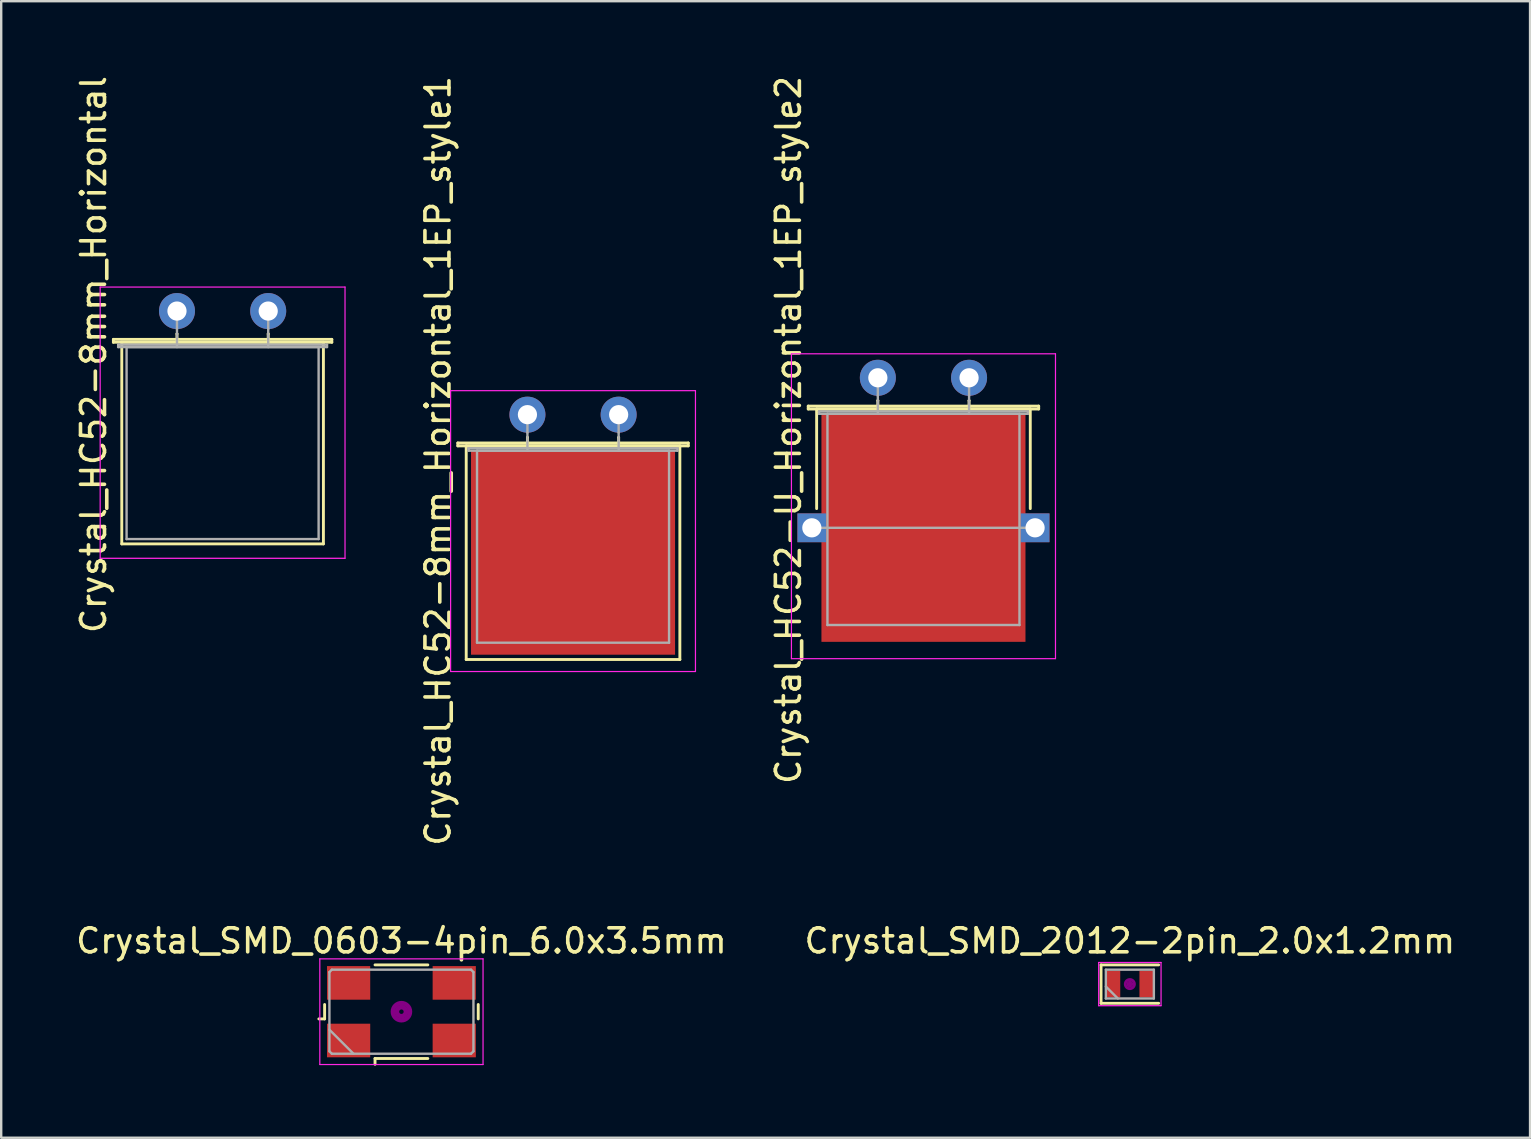
<source format=kicad_pcb>
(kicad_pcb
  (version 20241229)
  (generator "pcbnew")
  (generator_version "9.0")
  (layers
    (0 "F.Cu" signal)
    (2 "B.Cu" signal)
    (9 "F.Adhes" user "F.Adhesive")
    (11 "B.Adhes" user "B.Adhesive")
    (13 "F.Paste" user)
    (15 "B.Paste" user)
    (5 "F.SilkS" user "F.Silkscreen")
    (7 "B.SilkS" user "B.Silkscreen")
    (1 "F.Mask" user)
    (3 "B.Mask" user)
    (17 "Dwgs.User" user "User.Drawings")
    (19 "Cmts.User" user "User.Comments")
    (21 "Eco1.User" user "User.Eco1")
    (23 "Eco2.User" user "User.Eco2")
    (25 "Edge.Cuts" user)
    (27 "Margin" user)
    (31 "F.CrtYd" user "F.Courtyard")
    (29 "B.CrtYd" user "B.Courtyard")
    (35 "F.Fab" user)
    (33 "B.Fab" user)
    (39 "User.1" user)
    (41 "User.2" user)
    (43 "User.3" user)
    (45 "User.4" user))
  (footprint "Crystal_SMD_0603-4pin_6.0x3.5mm"
    (layer "F.Cu")
    (at 13.673 39.096)
    (property "Reference" "Crystal_SMD_0603-4pin_6.0x3.5mm" (at 0 -2.95 0) (layer "F.SilkS") (effects (font (size 1 1) (thickness 0.15))))
    (attr smd)
    (fp_line (start -3.44 0.3) (end -3.2 0.3) (stroke (width 0.12) (type solid)) (layer "F.SilkS"))
    (fp_line (start -3.2 0.3) (end -3.2 -0.3) (stroke (width 0.12) (type solid)) (layer "F.SilkS"))
    (fp_line (start -1.1 -1.95) (end 1.1 -1.95) (stroke (width 0.12) (type solid)) (layer "F.SilkS"))
    (fp_line (start -1.1 1.95) (end -1.1 2.19) (stroke (width 0.12) (type solid)) (layer "F.SilkS"))
    (fp_line (start 1.1 1.95) (end -1.1 1.95) (stroke (width 0.12) (type solid)) (layer "F.SilkS"))
    (fp_line (start 3.2 -0.3) (end 3.2 0.3) (stroke (width 0.12) (type solid)) (layer "F.SilkS"))
    (fp_circle (center 0 0) (end 0.093 0) (stroke (width 0.187) (type solid)) (fill no) (layer "F.Adhes"))
    (fp_circle (center 0 0) (end 0.213 0) (stroke (width 0.133) (type solid)) (fill no) (layer "F.Adhes"))
    (fp_circle (center 0 0) (end 0.333 0) (stroke (width 0.133) (type solid)) (fill no) (layer "F.Adhes"))
    (fp_circle (center 0 0) (end 0.4 0) (stroke (width 0.1) (type solid)) (fill no) (layer "F.Adhes"))
    (fp_line (start -3.4 -2.2) (end -3.4 2.2) (stroke (width 0.05) (type solid)) (layer "F.CrtYd"))
    (fp_line (start -3.4 2.2) (end 3.4 2.2) (stroke (width 0.05) (type solid)) (layer "F.CrtYd"))
    (fp_line (start 3.4 -2.2) (end -3.4 -2.2) (stroke (width 0.05) (type solid)) (layer "F.CrtYd"))
    (fp_line (start 3.4 2.2) (end 3.4 -2.2) (stroke (width 0.05) (type solid)) (layer "F.CrtYd"))
    (fp_line (start -3 -1.65) (end -2.9 -1.75) (stroke (width 0.1) (type solid)) (layer "F.Fab"))
    (fp_line (start -3 0.75) (end -2 1.75) (stroke (width 0.1) (type solid)) (layer "F.Fab"))
    (fp_line (start -3 1.65) (end -3 -1.65) (stroke (width 0.1) (type solid)) (layer "F.Fab"))
    (fp_line (start -2.9 -1.75) (end 2.9 -1.75) (stroke (width 0.1) (type solid)) (layer "F.Fab"))
    (fp_line (start -2.9 1.75) (end -3 1.65) (stroke (width 0.1) (type solid)) (layer "F.Fab"))
    (fp_line (start 2.9 -1.75) (end 3 -1.65) (stroke (width 0.1) (type solid)) (layer "F.Fab"))
    (fp_line (start 2.9 1.75) (end -2.9 1.75) (stroke (width 0.1) (type solid)) (layer "F.Fab"))
    (fp_line (start 3 -1.65) (end 3 1.65) (stroke (width 0.1) (type solid)) (layer "F.Fab"))
    (fp_line (start 3 1.65) (end 2.9 1.75) (stroke (width 0.1) (type solid)) (layer "F.Fab"))
    (pad "1" smd rect (at -2.2 1.2) (size 1.8 1.4) (layers "F.Cu" "F.Mask"))
    (pad "2" smd rect (at 2.2 1.2) (size 1.8 1.4) (layers "F.Cu" "F.Mask"))
    (pad "3" smd rect (at 2.2 -1.2) (size 1.8 1.4) (layers "F.Cu" "F.Mask"))
    (pad "4" smd rect (at -2.2 -1.2) (size 1.8 1.4) (layers "F.Cu" "F.Mask")))
  (footprint "Crystal_HC52-U_Horizontal_1EP_style2"
    (layer "F.Cu")
    (at 33.52 12.688)
    (property "Reference" "Crystal_HC52-U_Horizontal_1EP_style2" (at -3.725 2.175 90) (layer "F.SilkS") (effects (font (size 1 1) (thickness 0.15))))
    (attr through_hole)
    (fp_line (start -2.9 1.18) (end 6.7 1.18) (stroke (width 0.12) (type solid)) (layer "F.SilkS"))
    (fp_line (start -2.9 1.3) (end -2.9 1.18) (stroke (width 0.12) (type solid)) (layer "F.SilkS"))
    (fp_line (start -2.55 1.3) (end 6.35 1.3) (stroke (width 0.12) (type solid)) (layer "F.SilkS"))
    (fp_line (start -2.55 5.45) (end -2.55 1.3) (stroke (width 0.12) (type solid)) (layer "F.SilkS"))
    (fp_line (start 0 0.95) (end 0 0.95) (stroke (width 0.12) (type solid)) (layer "F.SilkS"))
    (fp_line (start 0 1.3) (end 0 0.95) (stroke (width 0.12) (type solid)) (layer "F.SilkS"))
    (fp_line (start 3.8 0.95) (end 3.8 0.95) (stroke (width 0.12) (type solid)) (layer "F.SilkS"))
    (fp_line (start 3.8 1.3) (end 3.8 0.95) (stroke (width 0.12) (type solid)) (layer "F.SilkS"))
    (fp_line (start 6.35 1.3) (end 6.35 5.45) (stroke (width 0.12) (type solid)) (layer "F.SilkS"))
    (fp_line (start 6.7 1.18) (end 6.7 1.3) (stroke (width 0.12) (type solid)) (layer "F.SilkS"))
    (fp_line (start 6.7 1.3) (end -2.9 1.3) (stroke (width 0.12) (type solid)) (layer "F.SilkS"))
    (fp_line (start -3.6 -1) (end -3.6 11.7) (stroke (width 0.05) (type solid)) (layer "F.CrtYd"))
    (fp_line (start -3.6 11.7) (end 7.4 11.7) (stroke (width 0.05) (type solid)) (layer "F.CrtYd"))
    (fp_line (start 7.4 -1) (end -3.6 -1) (stroke (width 0.05) (type solid)) (layer "F.CrtYd"))
    (fp_line (start 7.4 11.7) (end 7.4 -1) (stroke (width 0.05) (type solid)) (layer "F.CrtYd"))
    (fp_line (start -2.75 6.25) (end 6.55 6.25) (stroke (width 0.1) (type solid)) (layer "F.Fab"))
    (fp_line (start -2.45 1.4) (end 6.25 1.4) (stroke (width 0.1) (type solid)) (layer "F.Fab"))
    (fp_line (start -2.45 1.5) (end -2.45 1.4) (stroke (width 0.1) (type solid)) (layer "F.Fab"))
    (fp_line (start -2.1 1.5) (end -2.1 10.3) (stroke (width 0.1) (type solid)) (layer "F.Fab"))
    (fp_line (start -2.1 10.3) (end 5.9 10.3) (stroke (width 0.1) (type solid)) (layer "F.Fab"))
    (fp_line (start 0 0.75) (end 0 0) (stroke (width 0.1) (type solid)) (layer "F.Fab"))
    (fp_line (start 0 1.5) (end 0 0.75) (stroke (width 0.1) (type solid)) (layer "F.Fab"))
    (fp_line (start 3.8 0.75) (end 3.8 0) (stroke (width 0.1) (type solid)) (layer "F.Fab"))
    (fp_line (start 3.8 1.5) (end 3.8 0.75) (stroke (width 0.1) (type solid)) (layer "F.Fab"))
    (fp_line (start 5.9 1.5) (end -2.1 1.5) (stroke (width 0.1) (type solid)) (layer "F.Fab"))
    (fp_line (start 5.9 10.3) (end 5.9 1.5) (stroke (width 0.1) (type solid)) (layer "F.Fab"))
    (fp_line (start 6.25 1.4) (end 6.25 1.5) (stroke (width 0.1) (type solid)) (layer "F.Fab"))
    (fp_line (start 6.25 1.5) (end -2.45 1.5) (stroke (width 0.1) (type solid)) (layer "F.Fab"))
    (pad "1" thru_hole circle (at 0 0) (size 1.5 1.5) (drill 0.8) (layers "*.Cu" "*.Mask"))
    (pad "2" thru_hole circle (at 3.8 0) (size 1.5 1.5) (drill 0.8) (layers "*.Cu" "*.Mask"))
    (pad "3" thru_hole rect (at -2.75 6.25) (size 1.2 1.2) (drill 0.8) (layers "*.Cu" "*.Mask"))
    (pad "3" smd rect (at 1.9 6.25) (size 8.5 9.5) (layers "F.Cu" "F.Mask"))
    (pad "3" thru_hole rect (at 6.55 6.25) (size 1.2 1.2) (drill 0.8) (layers "*.Cu" "*.Mask")))
  (footprint "Crystal_HC52-8mm_Horizontal_1EP_style1"
    (layer "F.Cu")
    (at 18.922 14.224)
    (property "Reference" "Crystal_HC52-8mm_Horizontal_1EP_style1" (at -3.725 1.925 90) (layer "F.SilkS") (effects (font (size 1 1) (thickness 0.15))))
    (attr through_hole)
    (fp_line (start -2.9 1.18) (end 6.7 1.18) (stroke (width 0.12) (type solid)) (layer "F.SilkS"))
    (fp_line (start -2.9 1.3) (end -2.9 1.18) (stroke (width 0.12) (type solid)) (layer "F.SilkS"))
    (fp_line (start -2.55 1.3) (end -2.55 10.2) (stroke (width 0.12) (type solid)) (layer "F.SilkS"))
    (fp_line (start -2.55 10.2) (end 6.35 10.2) (stroke (width 0.12) (type solid)) (layer "F.SilkS"))
    (fp_line (start 0 0.95) (end 0 0.95) (stroke (width 0.12) (type solid)) (layer "F.SilkS"))
    (fp_line (start 0 1.3) (end 0 0.95) (stroke (width 0.12) (type solid)) (layer "F.SilkS"))
    (fp_line (start 3.8 0.95) (end 3.8 0.95) (stroke (width 0.12) (type solid)) (layer "F.SilkS"))
    (fp_line (start 3.8 1.3) (end 3.8 0.95) (stroke (width 0.12) (type solid)) (layer "F.SilkS"))
    (fp_line (start 6.35 1.3) (end -2.55 1.3) (stroke (width 0.12) (type solid)) (layer "F.SilkS"))
    (fp_line (start 6.35 10.2) (end 6.35 1.3) (stroke (width 0.12) (type solid)) (layer "F.SilkS"))
    (fp_line (start 6.7 1.18) (end 6.7 1.3) (stroke (width 0.12) (type solid)) (layer "F.SilkS"))
    (fp_line (start 6.7 1.3) (end -2.9 1.3) (stroke (width 0.12) (type solid)) (layer "F.SilkS"))
    (fp_line (start -3.2 -1) (end -3.2 10.7) (stroke (width 0.05) (type solid)) (layer "F.CrtYd"))
    (fp_line (start -3.2 10.7) (end 7 10.7) (stroke (width 0.05) (type solid)) (layer "F.CrtYd"))
    (fp_line (start 7 -1) (end -3.2 -1) (stroke (width 0.05) (type solid)) (layer "F.CrtYd"))
    (fp_line (start 7 10.7) (end 7 -1) (stroke (width 0.05) (type solid)) (layer "F.CrtYd"))
    (fp_line (start -2.45 1.4) (end 6.25 1.4) (stroke (width 0.1) (type solid)) (layer "F.Fab"))
    (fp_line (start -2.45 1.5) (end -2.45 1.4) (stroke (width 0.1) (type solid)) (layer "F.Fab"))
    (fp_line (start -2.1 1.5) (end -2.1 9.5) (stroke (width 0.1) (type solid)) (layer "F.Fab"))
    (fp_line (start -2.1 9.5) (end 5.9 9.5) (stroke (width 0.1) (type solid)) (layer "F.Fab"))
    (fp_line (start 0 0.75) (end 0 0) (stroke (width 0.1) (type solid)) (layer "F.Fab"))
    (fp_line (start 0 1.5) (end 0 0.75) (stroke (width 0.1) (type solid)) (layer "F.Fab"))
    (fp_line (start 3.8 0.75) (end 3.8 0) (stroke (width 0.1) (type solid)) (layer "F.Fab"))
    (fp_line (start 3.8 1.5) (end 3.8 0.75) (stroke (width 0.1) (type solid)) (layer "F.Fab"))
    (fp_line (start 5.9 1.5) (end -2.1 1.5) (stroke (width 0.1) (type solid)) (layer "F.Fab"))
    (fp_line (start 5.9 9.5) (end 5.9 1.5) (stroke (width 0.1) (type solid)) (layer "F.Fab"))
    (fp_line (start 6.25 1.4) (end 6.25 1.5) (stroke (width 0.1) (type solid)) (layer "F.Fab"))
    (fp_line (start 6.25 1.5) (end -2.45 1.5) (stroke (width 0.1) (type solid)) (layer "F.Fab"))
    (pad "1" thru_hole circle (at 0 0) (size 1.5 1.5) (drill 0.8) (layers "*.Cu" "*.Mask"))
    (pad "2" thru_hole circle (at 3.8 0) (size 1.5 1.5) (drill 0.8) (layers "*.Cu" "*.Mask"))
    (pad "3" smd rect (at 1.9 5.75) (size 8.5 8.5) (layers "F.Cu" "F.Mask")))
  (footprint "Crystal_HC52-8mm_Horizontal"
    (layer "F.Cu")
    (at 4.323 9.908)
    (property "Reference" "Crystal_HC52-8mm_Horizontal" (at -3.475 1.812 90) (layer "F.SilkS") (effects (font (size 1 1) (thickness 0.15))))
    (attr through_hole)
    (fp_line (start -2.65 1.18) (end 6.45 1.18) (stroke (width 0.12) (type solid)) (layer "F.SilkS"))
    (fp_line (start -2.65 1.3) (end -2.65 1.18) (stroke (width 0.12) (type solid)) (layer "F.SilkS"))
    (fp_line (start -2.3 1.3) (end -2.3 9.7) (stroke (width 0.12) (type solid)) (layer "F.SilkS"))
    (fp_line (start -2.3 9.7) (end 6.1 9.7) (stroke (width 0.12) (type solid)) (layer "F.SilkS"))
    (fp_line (start 0 0.95) (end 0 0.95) (stroke (width 0.12) (type solid)) (layer "F.SilkS"))
    (fp_line (start 0 1.3) (end 0 0.95) (stroke (width 0.12) (type solid)) (layer "F.SilkS"))
    (fp_line (start 3.8 0.95) (end 3.8 0.95) (stroke (width 0.12) (type solid)) (layer "F.SilkS"))
    (fp_line (start 3.8 1.3) (end 3.8 0.95) (stroke (width 0.12) (type solid)) (layer "F.SilkS"))
    (fp_line (start 6.1 1.3) (end -2.3 1.3) (stroke (width 0.12) (type solid)) (layer "F.SilkS"))
    (fp_line (start 6.1 9.7) (end 6.1 1.3) (stroke (width 0.12) (type solid)) (layer "F.SilkS"))
    (fp_line (start 6.45 1.18) (end 6.45 1.3) (stroke (width 0.12) (type solid)) (layer "F.SilkS"))
    (fp_line (start 6.45 1.3) (end -2.65 1.3) (stroke (width 0.12) (type solid)) (layer "F.SilkS"))
    (fp_line (start -3.2 -1) (end -3.2 10.3) (stroke (width 0.05) (type solid)) (layer "F.CrtYd"))
    (fp_line (start -3.2 10.3) (end 7 10.3) (stroke (width 0.05) (type solid)) (layer "F.CrtYd"))
    (fp_line (start 7 -1) (end -3.2 -1) (stroke (width 0.05) (type solid)) (layer "F.CrtYd"))
    (fp_line (start 7 10.3) (end 7 -1) (stroke (width 0.05) (type solid)) (layer "F.CrtYd"))
    (fp_line (start -2.45 1.4) (end 6.25 1.4) (stroke (width 0.1) (type solid)) (layer "F.Fab"))
    (fp_line (start -2.45 1.5) (end -2.45 1.4) (stroke (width 0.1) (type solid)) (layer "F.Fab"))
    (fp_line (start -2.1 1.5) (end -2.1 9.5) (stroke (width 0.1) (type solid)) (layer "F.Fab"))
    (fp_line (start -2.1 9.5) (end 5.9 9.5) (stroke (width 0.1) (type solid)) (layer "F.Fab"))
    (fp_line (start 0 0.75) (end 0 0) (stroke (width 0.1) (type solid)) (layer "F.Fab"))
    (fp_line (start 0 1.5) (end 0 0.75) (stroke (width 0.1) (type solid)) (layer "F.Fab"))
    (fp_line (start 3.8 0.75) (end 3.8 0) (stroke (width 0.1) (type solid)) (layer "F.Fab"))
    (fp_line (start 3.8 1.5) (end 3.8 0.75) (stroke (width 0.1) (type solid)) (layer "F.Fab"))
    (fp_line (start 5.9 1.5) (end -2.1 1.5) (stroke (width 0.1) (type solid)) (layer "F.Fab"))
    (fp_line (start 5.9 9.5) (end 5.9 1.5) (stroke (width 0.1) (type solid)) (layer "F.Fab"))
    (fp_line (start 6.25 1.4) (end 6.25 1.5) (stroke (width 0.1) (type solid)) (layer "F.Fab"))
    (fp_line (start 6.25 1.5) (end -2.45 1.5) (stroke (width 0.1) (type solid)) (layer "F.Fab"))
    (pad "1" thru_hole circle (at 0 0) (size 1.5 1.5) (drill 0.8) (layers "*.Cu" "*.Mask"))
    (pad "2" thru_hole circle (at 3.8 0) (size 1.5 1.5) (drill 0.8) (layers "*.Cu" "*.Mask")))
  (footprint "Crystal_SMD_2012-2pin_2.0x1.2mm"
    (layer "F.Cu")
    (at 44.018 37.946)
    (property "Reference" "Crystal_SMD_2012-2pin_2.0x1.2mm" (at 0 -1.8 0) (layer "F.SilkS") (effects (font (size 1 1) (thickness 0.15))))
    (attr smd)
    (fp_line (start -1.2 -0.8) (end -1.2 0.8) (stroke (width 0.12) (type solid)) (layer "F.SilkS"))
    (fp_line (start -1.2 0.8) (end 1.2 0.8) (stroke (width 0.12) (type solid)) (layer "F.SilkS"))
    (fp_line (start 1.2 -0.8) (end -1.2 -0.8) (stroke (width 0.12) (type solid)) (layer "F.SilkS"))
    (fp_circle (center 0 0) (end 0.047 0) (stroke (width 0.093) (type solid)) (fill no) (layer "F.Adhes"))
    (fp_circle (center 0 0) (end 0.107 0) (stroke (width 0.067) (type solid)) (fill no) (layer "F.Adhes"))
    (fp_circle (center 0 0) (end 0.167 0) (stroke (width 0.067) (type solid)) (fill no) (layer "F.Adhes"))
    (fp_circle (center 0 0) (end 0.2 0) (stroke (width 0.1) (type solid)) (fill no) (layer "F.Adhes"))
    (fp_line (start -1.3 -0.9) (end -1.3 0.9) (stroke (width 0.05) (type solid)) (layer "F.CrtYd"))
    (fp_line (start -1.3 0.9) (end 1.3 0.9) (stroke (width 0.05) (type solid)) (layer "F.CrtYd"))
    (fp_line (start 1.3 -0.9) (end -1.3 -0.9) (stroke (width 0.05) (type solid)) (layer "F.CrtYd"))
    (fp_line (start 1.3 0.9) (end 1.3 -0.9) (stroke (width 0.05) (type solid)) (layer "F.CrtYd"))
    (fp_line (start -1 -0.6) (end -1 0.6) (stroke (width 0.1) (type solid)) (layer "F.Fab"))
    (fp_line (start -1 0.1) (end -0.5 0.6) (stroke (width 0.1) (type solid)) (layer "F.Fab"))
    (fp_line (start -1 0.6) (end 1 0.6) (stroke (width 0.1) (type solid)) (layer "F.Fab"))
    (fp_line (start 1 -0.6) (end -1 -0.6) (stroke (width 0.1) (type solid)) (layer "F.Fab"))
    (fp_line (start 1 0.6) (end 1 -0.6) (stroke (width 0.1) (type solid)) (layer "F.Fab"))
    (pad "1" smd rect (at -0.7 0) (size 0.6 1.1) (layers "F.Cu" "F.Mask"))
    (pad "2" smd rect (at 0.7 0) (size 0.6 1.1) (layers "F.Cu" "F.Mask")))
  (gr_rect
    (start -3 -3)
    (end 60.69 44.346)
    (stroke (width 0.1) (type default))
    (fill no)
    (layer "Edge.Cuts")))
</source>
